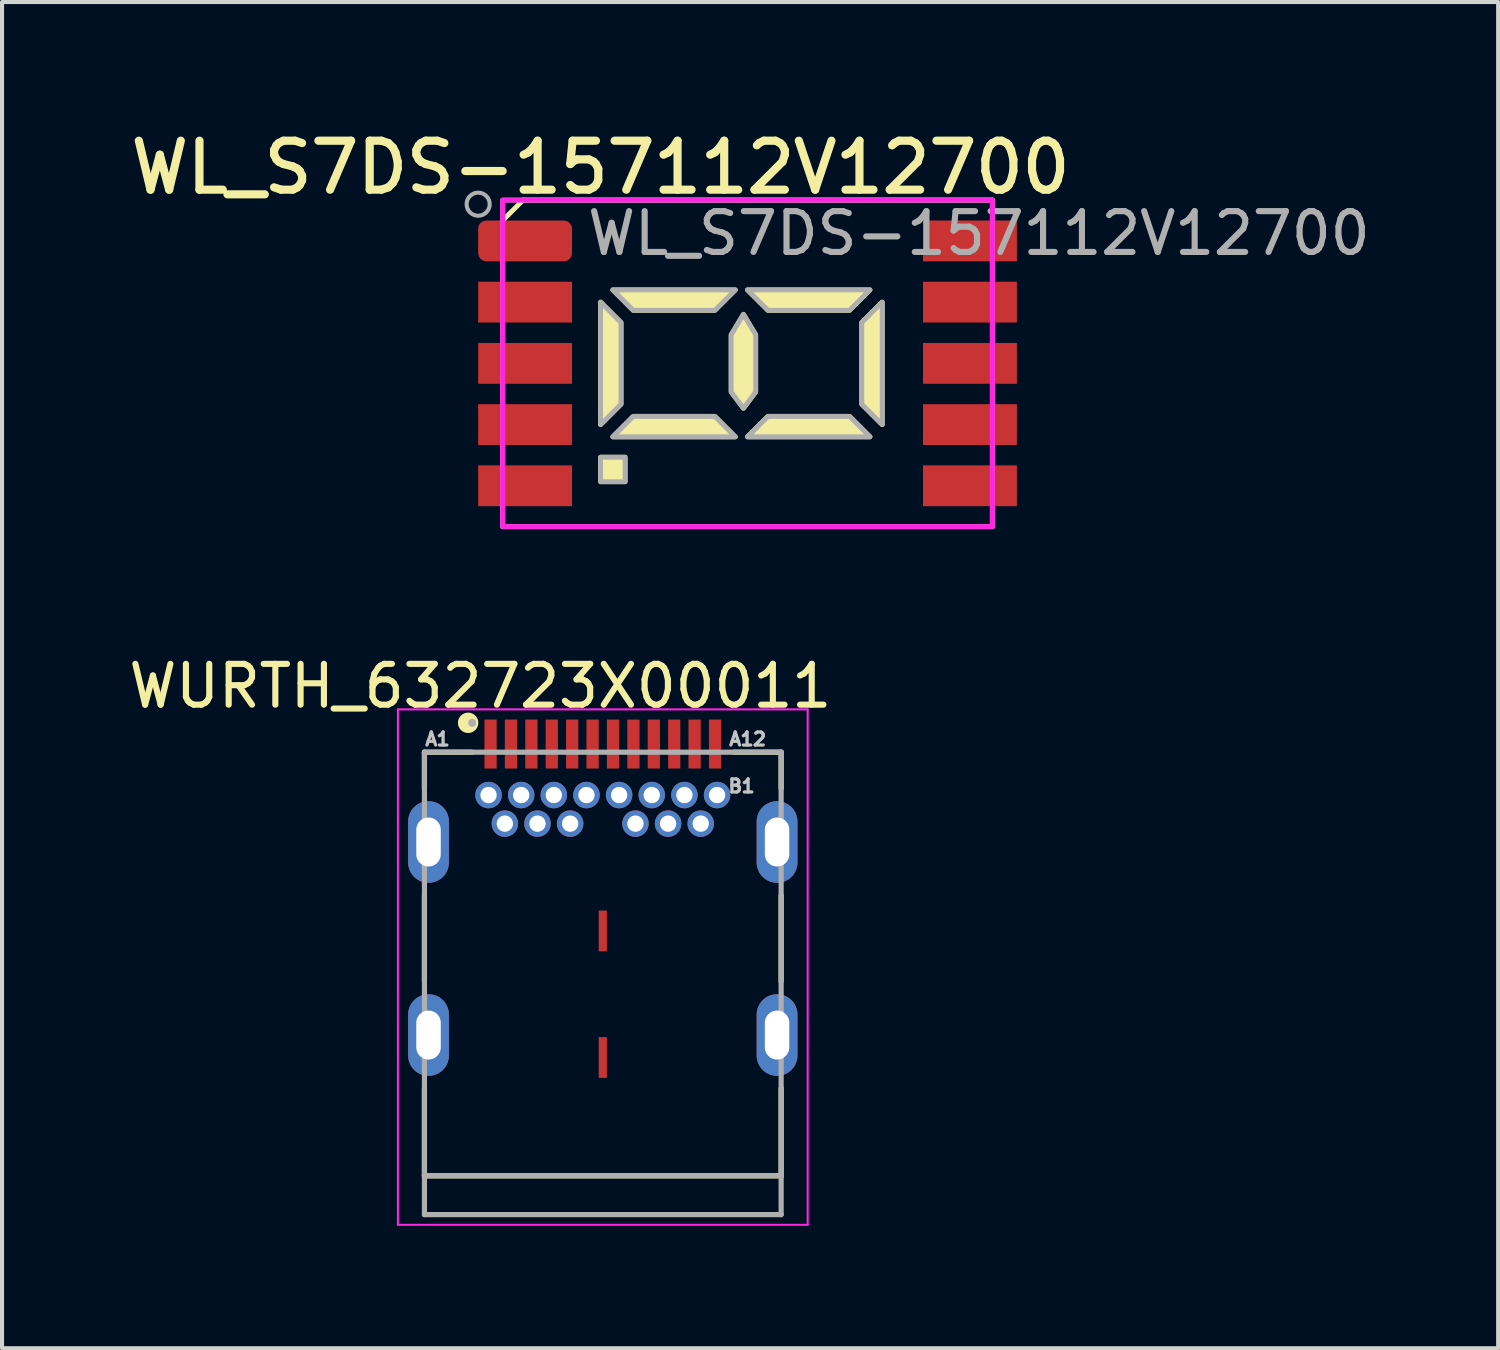
<source format=kicad_pcb>
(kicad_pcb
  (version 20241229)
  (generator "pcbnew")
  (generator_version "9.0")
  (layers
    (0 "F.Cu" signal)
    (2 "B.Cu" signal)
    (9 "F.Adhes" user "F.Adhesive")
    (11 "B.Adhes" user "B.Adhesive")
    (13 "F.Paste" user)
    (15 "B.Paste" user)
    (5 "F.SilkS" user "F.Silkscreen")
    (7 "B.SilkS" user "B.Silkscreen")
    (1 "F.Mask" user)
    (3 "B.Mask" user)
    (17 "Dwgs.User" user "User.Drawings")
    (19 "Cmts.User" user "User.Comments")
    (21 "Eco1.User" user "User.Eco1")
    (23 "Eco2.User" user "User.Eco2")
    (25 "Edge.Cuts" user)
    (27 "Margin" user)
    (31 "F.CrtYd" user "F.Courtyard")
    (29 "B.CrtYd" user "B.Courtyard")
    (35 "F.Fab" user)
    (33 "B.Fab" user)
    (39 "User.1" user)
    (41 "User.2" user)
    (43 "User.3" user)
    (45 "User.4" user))
  (footprint "WURTH_632723X00011"
    (layer "F.Cu")
    (at 11.72 19.761)
    (property "Reference" "WURTH_632723X00011" (at -3 -6 0) (layer "F.SilkS") (effects (font (size 1 1) (thickness 0.15))))
    (attr through_hole)
    (fp_line (start -4.37 -4.38) (end -4.37 -3.494) (stroke (width 0.127) (type solid)) (layer "F.SilkS"))
    (fp_line (start -4.37 -0.867) (end -4.37 1.236) (stroke (width 0.127) (type solid)) (layer "F.SilkS"))
    (fp_line (start -4.37 3.854) (end -4.37 6) (stroke (width 0.127) (type solid)) (layer "F.SilkS"))
    (fp_line (start -4.37 6) (end 4.37 6) (stroke (width 0.127) (type solid)) (layer "F.SilkS"))
    (fp_line (start -3.213 -4.38) (end -4.37 -4.38) (stroke (width 0.127) (type solid)) (layer "F.SilkS"))
    (fp_line (start 3.213 -4.38) (end 4.37 -4.38) (stroke (width 0.127) (type solid)) (layer "F.SilkS"))
    (fp_line (start 4.37 -4.38) (end 4.37 -3.494) (stroke (width 0.127) (type solid)) (layer "F.SilkS"))
    (fp_line (start 4.37 -0.867) (end 4.37 1.236) (stroke (width 0.127) (type solid)) (layer "F.SilkS"))
    (fp_line (start 4.37 6) (end 4.37 3.854) (stroke (width 0.127) (type solid)) (layer "F.SilkS"))
    (fp_circle (center -3.3 -5.1) (end -3.1 -5.1) (stroke (width 0.1) (type solid)) (fill yes) (layer "F.SilkS"))
    (fp_line (start -5.02 -5.43) (end -5.02 7.2) (stroke (width 0.05) (type solid)) (layer "F.CrtYd"))
    (fp_line (start -5.02 7.2) (end 5.02 7.2) (stroke (width 0.05) (type solid)) (layer "F.CrtYd"))
    (fp_line (start 5.02 -5.43) (end -5.02 -5.43) (stroke (width 0.05) (type solid)) (layer "F.CrtYd"))
    (fp_line (start 5.02 7.2) (end 5.02 -5.43) (stroke (width 0.05) (type solid)) (layer "F.CrtYd"))
    (fp_line (start -4.37 -4.38) (end 4.37 -4.38) (stroke (width 0.127) (type solid)) (layer "F.Fab"))
    (fp_line (start -4.37 6) (end -4.37 -4.38) (stroke (width 0.127) (type solid)) (layer "F.Fab"))
    (fp_line (start -4.37 6) (end 4.37 6) (stroke (width 0.127) (type solid)) (layer "F.Fab"))
    (fp_line (start -4.37 6.95) (end -4.37 6) (stroke (width 0.127) (type solid)) (layer "F.Fab"))
    (fp_line (start 4.37 -4.38) (end 4.37 6) (stroke (width 0.127) (type solid)) (layer "F.Fab"))
    (fp_line (start 4.37 6) (end 4.37 6.95) (stroke (width 0.127) (type solid)) (layer "F.Fab"))
    (fp_line (start 4.37 6.95) (end -4.37 6.95) (stroke (width 0.127) (type solid)) (layer "F.Fab"))
    (fp_circle (center -3.2 -5.1) (end -3.15 -5.1) (stroke (width 0.1) (type solid)) (fill no) (layer "F.Fab"))
    (fp_text user "B1" (at 3.4 -3.55 0) (layer "Dwgs.User") (effects (font (size 0.32 0.32) (thickness 0.08))))
    (fp_text user "A12" (at 3.55 -4.7 0) (layer "Dwgs.User") (effects (font (size 0.32 0.32) (thickness 0.08))))
    (fp_text user "A1" (at -4.05 -4.7 0) (layer "Dwgs.User") (effects (font (size 0.32 0.32) (thickness 0.08))))
    (pad "A1" smd rect (at -2.75 -4.58 90) (size 1.2 0.3) (layers "F.Cu" "F.Mask" "F.Paste"))
    (pad "A2" smd rect (at -2.25 -4.58 90) (size 1.2 0.3) (layers "F.Cu" "F.Mask" "F.Paste"))
    (pad "A3" smd rect (at -1.75 -4.58 90) (size 1.2 0.3) (layers "F.Cu" "F.Mask" "F.Paste"))
    (pad "A4" smd rect (at -1.25 -4.58 90) (size 1.2 0.3) (layers "F.Cu" "F.Mask" "F.Paste"))
    (pad "A5" smd rect (at -0.75 -4.58 90) (size 1.2 0.3) (layers "F.Cu" "F.Mask" "F.Paste"))
    (pad "A6" smd rect (at -0.25 -4.58 90) (size 1.2 0.3) (layers "F.Cu" "F.Mask" "F.Paste"))
    (pad "A7" smd rect (at 0.25 -4.58 90) (size 1.2 0.3) (layers "F.Cu" "F.Mask" "F.Paste"))
    (pad "A8" smd rect (at 0.75 -4.58 90) (size 1.2 0.3) (layers "F.Cu" "F.Mask" "F.Paste"))
    (pad "A9" smd rect (at 1.25 -4.58 90) (size 1.2 0.3) (layers "F.Cu" "F.Mask" "F.Paste"))
    (pad "A10" smd rect (at 1.75 -4.58 90) (size 1.2 0.3) (layers "F.Cu" "F.Mask" "F.Paste"))
    (pad "A11" smd rect (at 2.25 -4.58 90) (size 1.2 0.3) (layers "F.Cu" "F.Mask" "F.Paste"))
    (pad "A12" smd rect (at 2.75 -4.58 90) (size 1.2 0.3) (layers "F.Cu" "F.Mask" "F.Paste"))
    (pad "B1" thru_hole circle (at 2.8 -3.33) (size 0.65 0.65) (drill 0.4) (layers "*.Cu" "*.Mask"))
    (pad "B2" thru_hole circle (at 2.4 -2.63) (size 0.65 0.65) (drill 0.4) (layers "*.Cu" "*.Mask"))
    (pad "B3" thru_hole circle (at 1.6 -2.63) (size 0.65 0.65) (drill 0.4) (layers "*.Cu" "*.Mask"))
    (pad "B4" thru_hole circle (at 1.2 -3.33) (size 0.65 0.65) (drill 0.4) (layers "*.Cu" "*.Mask"))
    (pad "B5" thru_hole circle (at 0.8 -2.63) (size 0.65 0.65) (drill 0.4) (layers "*.Cu" "*.Mask"))
    (pad "B6" thru_hole circle (at 0.4 -3.33) (size 0.65 0.65) (drill 0.4) (layers "*.Cu" "*.Mask"))
    (pad "B7" thru_hole circle (at -0.4 -3.33) (size 0.65 0.65) (drill 0.4) (layers "*.Cu" "*.Mask"))
    (pad "B8" thru_hole circle (at -0.8 -2.63) (size 0.65 0.65) (drill 0.4) (layers "*.Cu" "*.Mask"))
    (pad "B9" thru_hole circle (at -1.2 -3.33) (size 0.65 0.65) (drill 0.4) (layers "*.Cu" "*.Mask"))
    (pad "B10" thru_hole circle (at -1.6 -2.63) (size 0.65 0.65) (drill 0.4) (layers "*.Cu" "*.Mask"))
    (pad "B11" thru_hole circle (at -2.4 -2.63) (size 0.65 0.65) (drill 0.4) (layers "*.Cu" "*.Mask"))
    (pad "B12" thru_hole circle (at -2.8 -3.33) (size 0.65 0.65) (drill 0.4) (layers "*.Cu" "*.Mask"))
    (pad "GND" thru_hole circle (at 2 -3.33) (size 0.65 0.65) (drill 0.4) (layers "*.Cu" "*.Mask"))
    (pad "GND1" thru_hole circle (at -2 -3.33) (size 0.65 0.65) (drill 0.4) (layers "*.Cu" "*.Mask"))
    (pad "S1" thru_hole oval (at -4.27 -2.18) (size 1 2) (drill oval 0.6 1.2) (layers "*.Cu" "*.Mask"))
    (pad "S2" thru_hole oval (at 4.27 -2.18) (size 1 2) (drill oval 0.6 1.2) (layers "*.Cu" "*.Mask"))
    (pad "S3" thru_hole oval (at 4.27 2.55) (size 1 2) (drill oval 0.6 1.2) (layers "*.Cu" "*.Mask"))
    (pad "S4" thru_hole oval (at -4.27 2.55) (size 1 2) (drill oval 0.6 1.2) (layers "*.Cu" "*.Mask"))
    (pad "S5" smd rect (at 0 0 90) (size 1 0.2) (layers "F.Cu" "F.Mask" "F.Paste"))
    (pad "S6" smd rect (at 0 3.1 90) (size 1 0.2) (layers "F.Cu" "F.Mask" "F.Paste")))
  (footprint "WL_S7DS-157112V12700"
    (layer "F.Cu")
    (at 15.266 5.853)
    (property "Reference" "WL_S7DS-157112V12700" (at -3.6 -4.8 0) (unlocked yes) (layer "F.SilkS") (effects (font (size 1.2 1.2) (thickness 0.2) (bold yes))))
    (attr smd)
    (fp_line (start -6 -2.5) (end -6 -2) (stroke (width 0.12) (type default)) (layer "F.SilkS"))
    (fp_line (start -6 -1) (end -6 -0.5) (stroke (width 0.12) (type default)) (layer "F.SilkS"))
    (fp_line (start -6 0.5) (end -6 1) (stroke (width 0.12) (type default)) (layer "F.SilkS"))
    (fp_line (start -6 2) (end -6 2.5) (stroke (width 0.12) (type default)) (layer "F.SilkS"))
    (fp_line (start -6 4) (end -6 3.5) (stroke (width 0.12) (type default)) (layer "F.SilkS"))
    (fp_line (start -5.5 -4) (end -6 -3.5) (stroke (width 0.12) (type default)) (layer "F.SilkS"))
    (fp_line (start -5.5 -4) (end 6 -4) (stroke (width 0.12) (type default)) (layer "F.SilkS"))
    (fp_line (start 6 -4) (end 6 -3.5) (stroke (width 0.12) (type default)) (layer "F.SilkS"))
    (fp_line (start 6 -2.5) (end 6 -2) (stroke (width 0.12) (type default)) (layer "F.SilkS"))
    (fp_line (start 6 -1) (end 6 -0.5) (stroke (width 0.12) (type default)) (layer "F.SilkS"))
    (fp_line (start 6 0.5) (end 6 1) (stroke (width 0.12) (type default)) (layer "F.SilkS"))
    (fp_line (start 6 2) (end 6 2.5) (stroke (width 0.12) (type default)) (layer "F.SilkS"))
    (fp_line (start 6 3.5) (end 6 4) (stroke (width 0.12) (type default)) (layer "F.SilkS"))
    (fp_line (start 6 4) (end -6 4) (stroke (width 0.12) (type default)) (layer "F.SilkS"))
    (fp_rect (start -3.6 2.3) (end -3 2.9) (stroke (width 0.12) (type solid)) (fill yes) (layer "F.SilkS"))
    (fp_poly (pts (xy -3.6 1.5) (xy -3.6 -1.5) (xy -3.1 -1) (xy -3.1 1)) (stroke (width 0.12) (type solid)) (fill yes) (layer "F.SilkS"))
    (fp_poly (pts (xy -3.3 -1.8) (xy -0.3 -1.8) (xy -0.8 -1.3) (xy -2.8 -1.3)) (stroke (width 0.12) (type solid)) (fill yes) (layer "F.SilkS"))
    (fp_poly (pts (xy -0.3 1.8) (xy -3.3 1.8) (xy -2.8 1.3) (xy -0.8 1.3)) (stroke (width 0.12) (type solid)) (fill yes) (layer "F.SilkS"))
    (fp_poly (pts (xy 0 -1.8) (xy 3 -1.8) (xy 2.5 -1.3) (xy 0.5 -1.3)) (stroke (width 0.12) (type solid)) (fill yes) (layer "F.SilkS"))
    (fp_poly (pts (xy 3 1.8) (xy 0 1.8) (xy 0.5 1.3) (xy 2.5 1.3)) (stroke (width 0.12) (type solid)) (fill yes) (layer "F.SilkS"))
    (fp_poly (pts (xy 3.3 -1.5) (xy 3.3 1.5) (xy 2.8 1) (xy 2.8 -1)) (stroke (width 0.12) (type solid)) (fill yes) (layer "F.SilkS"))
    (fp_poly (pts (xy -0.1 -1.2) (xy -0.4 -0.7) (xy -0.4 0.7) (xy -0.1 1.1) (xy 0.2 0.7) (xy 0.2 -0.7)) (stroke (width 0.12) (type solid)) (fill yes) (layer "F.SilkS"))
    (fp_rect (start -6 -4) (end 6 4) (stroke (width 0.12) (type default)) (fill no) (layer "F.CrtYd"))
    (fp_rect (start -6 -4) (end 6 4) (stroke (width 0.12) (type default)) (fill no) (layer "F.Fab"))
    (fp_rect (start -3.6 2.3) (end -3 2.9) (stroke (width 0.12) (type solid)) (fill no) (layer "F.Fab"))
    (fp_circle (center -6.6 -3.9) (end -6.317 -3.9) (stroke (width 0.1) (type solid)) (fill no) (layer "F.Fab"))
    (fp_poly (pts (xy -3.6 1.5) (xy -3.6 -1.5) (xy -3.1 -1) (xy -3.1 1)) (stroke (width 0.12) (type solid)) (fill no) (layer "F.Fab"))
    (fp_poly (pts (xy -3.3 -1.8) (xy -0.3 -1.8) (xy -0.8 -1.3) (xy -2.8 -1.3)) (stroke (width 0.12) (type solid)) (fill no) (layer "F.Fab"))
    (fp_poly (pts (xy -0.3 1.8) (xy -3.3 1.8) (xy -2.8 1.3) (xy -0.8 1.3)) (stroke (width 0.12) (type solid)) (fill no) (layer "F.Fab"))
    (fp_poly (pts (xy 0 -1.8) (xy 3 -1.8) (xy 2.5 -1.3) (xy 0.5 -1.3)) (stroke (width 0.12) (type solid)) (fill no) (layer "F.Fab"))
    (fp_poly (pts (xy 3 1.8) (xy 0 1.8) (xy 0.5 1.3) (xy 2.5 1.3)) (stroke (width 0.12) (type solid)) (fill no) (layer "F.Fab"))
    (fp_poly (pts (xy 3.3 -1.5) (xy 3.3 1.5) (xy 2.8 1) (xy 2.8 -1)) (stroke (width 0.12) (type solid)) (fill no) (layer "F.Fab"))
    (fp_poly (pts (xy -0.1 -1.2) (xy -0.4 -0.7) (xy -0.4 0.7) (xy -0.1 1.1) (xy 0.2 0.7) (xy 0.2 -0.7)) (stroke (width 0.12) (type solid)) (fill no) (layer "F.Fab"))
    (fp_text user "${REFERENCE}" (at -4 -2.6 0) (unlocked yes) (layer "F.Fab") (effects (font (size 1 1) (thickness 0.15)) (justify left bottom)))
    (pad "1" smd roundrect (at -5.45 -3) (size 2.3 1) (layers "F.Cu" "F.Mask" "F.Paste") (roundrect_rratio 0.2))
    (pad "2" smd rect (at -5.45 -1.5) (size 2.3 1) (layers "F.Cu" "F.Mask" "F.Paste"))
    (pad "3" smd rect (at -5.45 0) (size 2.3 1) (layers "F.Cu" "F.Mask" "F.Paste"))
    (pad "4" smd rect (at -5.45 1.5) (size 2.3 1) (layers "F.Cu" "F.Mask" "F.Paste"))
    (pad "5" smd rect (at -5.45 3) (size 2.3 1) (layers "F.Cu" "F.Mask" "F.Paste"))
    (pad "6" smd rect (at 5.45 3) (size 2.3 1) (layers "F.Cu" "F.Mask" "F.Paste"))
    (pad "7" smd rect (at 5.45 1.5) (size 2.3 1) (layers "F.Cu" "F.Mask" "F.Paste"))
    (pad "8" smd rect (at 5.45 0) (size 2.3 1) (layers "F.Cu" "F.Mask" "F.Paste"))
    (pad "9" smd rect (at 5.45 -1.5) (size 2.3 1) (layers "F.Cu" "F.Mask" "F.Paste"))
    (pad "10" smd rect (at 5.45 -3) (size 2.3 1) (layers "F.Cu" "F.Mask" "F.Paste")))
  (gr_rect
    (start -3 -3)
    (end 33.659 29.986)
    (stroke (width 0.1) (type default))
    (fill no)
    (layer "Edge.Cuts")))
</source>
